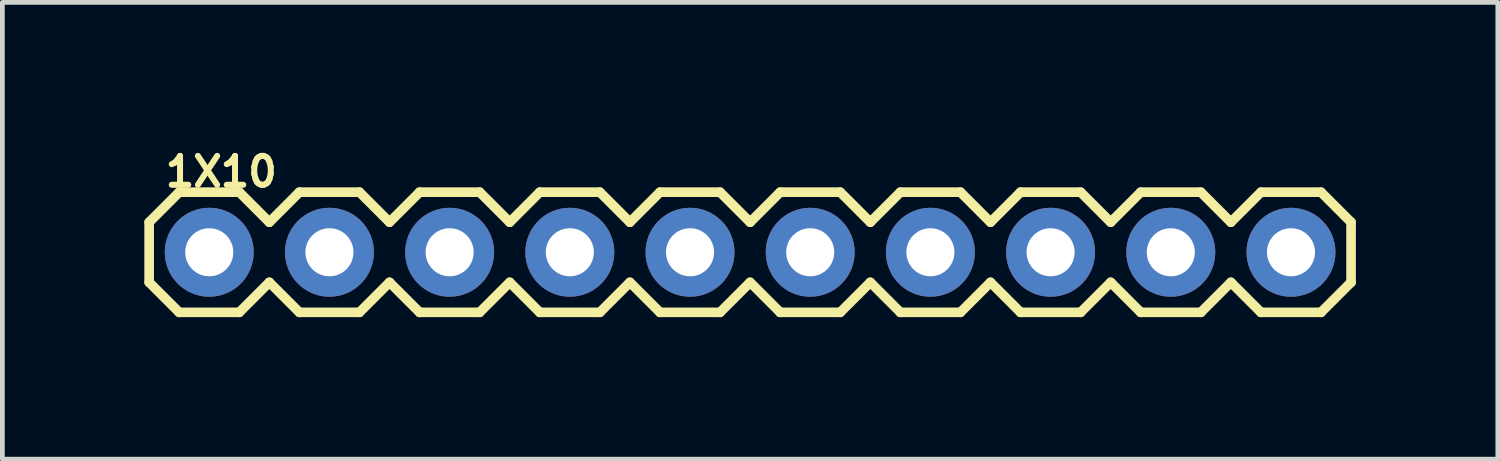
<source format=kicad_pcb>
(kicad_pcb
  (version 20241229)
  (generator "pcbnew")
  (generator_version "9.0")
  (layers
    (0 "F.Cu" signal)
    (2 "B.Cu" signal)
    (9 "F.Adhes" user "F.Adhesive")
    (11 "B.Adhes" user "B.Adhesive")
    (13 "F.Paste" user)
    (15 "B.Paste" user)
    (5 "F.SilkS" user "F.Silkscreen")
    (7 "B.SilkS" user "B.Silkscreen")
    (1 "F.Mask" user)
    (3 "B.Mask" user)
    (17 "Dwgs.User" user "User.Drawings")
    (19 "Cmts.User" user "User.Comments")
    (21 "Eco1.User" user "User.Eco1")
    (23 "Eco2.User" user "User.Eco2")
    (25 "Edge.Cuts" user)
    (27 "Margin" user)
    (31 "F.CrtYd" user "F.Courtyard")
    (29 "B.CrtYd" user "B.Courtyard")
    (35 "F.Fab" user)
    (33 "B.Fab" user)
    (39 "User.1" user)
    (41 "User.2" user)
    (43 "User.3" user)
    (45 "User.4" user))
  (footprint "1X10"
    (layer "F.Cu")
    (at 1.372 2.281)
    (property "Reference" "1X10" (at 0.254 -1.702 0) (layer "F.SilkS") (effects (font (size 0.61 0.61) (thickness 0.127))))
    (attr exclude_from_pos_files exclude_from_bom)
    (fp_line (start -1.27 -0.635) (end -1.27 0.635) (stroke (width 0.203) (type solid)) (layer "F.SilkS"))
    (fp_line (start -1.27 0.635) (end -0.635 1.27) (stroke (width 0.203) (type solid)) (layer "F.SilkS"))
    (fp_line (start -0.635 -1.27) (end -1.27 -0.635) (stroke (width 0.203) (type solid)) (layer "F.SilkS"))
    (fp_line (start -0.635 -1.27) (end 0.635 -1.27) (stroke (width 0.203) (type solid)) (layer "F.SilkS"))
    (fp_line (start 0.635 -1.27) (end 1.27 -0.635) (stroke (width 0.203) (type solid)) (layer "F.SilkS"))
    (fp_line (start 0.635 1.27) (end -0.635 1.27) (stroke (width 0.203) (type solid)) (layer "F.SilkS"))
    (fp_line (start 1.27 -0.635) (end 1.905 -1.27) (stroke (width 0.203) (type solid)) (layer "F.SilkS"))
    (fp_line (start 1.27 0.635) (end 0.635 1.27) (stroke (width 0.203) (type solid)) (layer "F.SilkS"))
    (fp_line (start 1.905 -1.27) (end 3.175 -1.27) (stroke (width 0.203) (type solid)) (layer "F.SilkS"))
    (fp_line (start 1.905 1.27) (end 1.27 0.635) (stroke (width 0.203) (type solid)) (layer "F.SilkS"))
    (fp_line (start 3.175 -1.27) (end 3.81 -0.635) (stroke (width 0.203) (type solid)) (layer "F.SilkS"))
    (fp_line (start 3.175 1.27) (end 1.905 1.27) (stroke (width 0.203) (type solid)) (layer "F.SilkS"))
    (fp_line (start 3.81 -0.635) (end 4.445 -1.27) (stroke (width 0.203) (type solid)) (layer "F.SilkS"))
    (fp_line (start 3.81 0.635) (end 3.175 1.27) (stroke (width 0.203) (type solid)) (layer "F.SilkS"))
    (fp_line (start 4.445 -1.27) (end 5.715 -1.27) (stroke (width 0.203) (type solid)) (layer "F.SilkS"))
    (fp_line (start 4.445 1.27) (end 3.81 0.635) (stroke (width 0.203) (type solid)) (layer "F.SilkS"))
    (fp_line (start 5.715 -1.27) (end 6.35 -0.635) (stroke (width 0.203) (type solid)) (layer "F.SilkS"))
    (fp_line (start 5.715 1.27) (end 4.445 1.27) (stroke (width 0.203) (type solid)) (layer "F.SilkS"))
    (fp_line (start 6.35 0.635) (end 5.715 1.27) (stroke (width 0.203) (type solid)) (layer "F.SilkS"))
    (fp_line (start 6.35 0.635) (end 6.985 1.27) (stroke (width 0.203) (type solid)) (layer "F.SilkS"))
    (fp_line (start 6.985 -1.27) (end 6.35 -0.635) (stroke (width 0.203) (type solid)) (layer "F.SilkS"))
    (fp_line (start 6.985 -1.27) (end 8.255 -1.27) (stroke (width 0.203) (type solid)) (layer "F.SilkS"))
    (fp_line (start 8.255 -1.27) (end 8.89 -0.635) (stroke (width 0.203) (type solid)) (layer "F.SilkS"))
    (fp_line (start 8.255 1.27) (end 6.985 1.27) (stroke (width 0.203) (type solid)) (layer "F.SilkS"))
    (fp_line (start 8.89 -0.635) (end 9.525 -1.27) (stroke (width 0.203) (type solid)) (layer "F.SilkS"))
    (fp_line (start 8.89 0.635) (end 8.255 1.27) (stroke (width 0.203) (type solid)) (layer "F.SilkS"))
    (fp_line (start 9.525 -1.27) (end 10.795 -1.27) (stroke (width 0.203) (type solid)) (layer "F.SilkS"))
    (fp_line (start 9.525 1.27) (end 8.89 0.635) (stroke (width 0.203) (type solid)) (layer "F.SilkS"))
    (fp_line (start 10.795 -1.27) (end 11.43 -0.635) (stroke (width 0.203) (type solid)) (layer "F.SilkS"))
    (fp_line (start 10.795 1.27) (end 9.525 1.27) (stroke (width 0.203) (type solid)) (layer "F.SilkS"))
    (fp_line (start 11.43 -0.635) (end 12.065 -1.27) (stroke (width 0.203) (type solid)) (layer "F.SilkS"))
    (fp_line (start 11.43 0.635) (end 10.795 1.27) (stroke (width 0.203) (type solid)) (layer "F.SilkS"))
    (fp_line (start 12.065 -1.27) (end 13.335 -1.27) (stroke (width 0.203) (type solid)) (layer "F.SilkS"))
    (fp_line (start 12.065 1.27) (end 11.43 0.635) (stroke (width 0.203) (type solid)) (layer "F.SilkS"))
    (fp_line (start 13.335 -1.27) (end 13.97 -0.635) (stroke (width 0.203) (type solid)) (layer "F.SilkS"))
    (fp_line (start 13.335 1.27) (end 12.065 1.27) (stroke (width 0.203) (type solid)) (layer "F.SilkS"))
    (fp_line (start 13.97 0.635) (end 13.335 1.27) (stroke (width 0.203) (type solid)) (layer "F.SilkS"))
    (fp_line (start 13.97 0.635) (end 14.605 1.27) (stroke (width 0.203) (type solid)) (layer "F.SilkS"))
    (fp_line (start 14.605 -1.27) (end 13.97 -0.635) (stroke (width 0.203) (type solid)) (layer "F.SilkS"))
    (fp_line (start 14.605 -1.27) (end 15.875 -1.27) (stroke (width 0.203) (type solid)) (layer "F.SilkS"))
    (fp_line (start 15.875 -1.27) (end 16.51 -0.635) (stroke (width 0.203) (type solid)) (layer "F.SilkS"))
    (fp_line (start 15.875 1.27) (end 14.605 1.27) (stroke (width 0.203) (type solid)) (layer "F.SilkS"))
    (fp_line (start 16.51 0.635) (end 15.875 1.27) (stroke (width 0.203) (type solid)) (layer "F.SilkS"))
    (fp_line (start 16.51 0.635) (end 17.145 1.27) (stroke (width 0.203) (type solid)) (layer "F.SilkS"))
    (fp_line (start 17.145 -1.27) (end 16.51 -0.635) (stroke (width 0.203) (type solid)) (layer "F.SilkS"))
    (fp_line (start 17.145 -1.27) (end 18.415 -1.27) (stroke (width 0.203) (type solid)) (layer "F.SilkS"))
    (fp_line (start 18.415 -1.27) (end 19.05 -0.635) (stroke (width 0.203) (type solid)) (layer "F.SilkS"))
    (fp_line (start 18.415 1.27) (end 17.145 1.27) (stroke (width 0.203) (type solid)) (layer "F.SilkS"))
    (fp_line (start 19.05 0.635) (end 18.415 1.27) (stroke (width 0.203) (type solid)) (layer "F.SilkS"))
    (fp_line (start 19.05 0.635) (end 19.685 1.27) (stroke (width 0.203) (type solid)) (layer "F.SilkS"))
    (fp_line (start 19.685 -1.27) (end 19.05 -0.635) (stroke (width 0.203) (type solid)) (layer "F.SilkS"))
    (fp_line (start 19.685 -1.27) (end 20.955 -1.27) (stroke (width 0.203) (type solid)) (layer "F.SilkS"))
    (fp_line (start 20.955 -1.27) (end 21.59 -0.635) (stroke (width 0.203) (type solid)) (layer "F.SilkS"))
    (fp_line (start 20.955 1.27) (end 19.685 1.27) (stroke (width 0.203) (type solid)) (layer "F.SilkS"))
    (fp_line (start 21.59 0.635) (end 20.955 1.27) (stroke (width 0.203) (type solid)) (layer "F.SilkS"))
    (fp_line (start 21.59 0.635) (end 22.225 1.27) (stroke (width 0.203) (type solid)) (layer "F.SilkS"))
    (fp_line (start 22.225 -1.27) (end 21.59 -0.635) (stroke (width 0.203) (type solid)) (layer "F.SilkS"))
    (fp_line (start 22.225 -1.27) (end 23.495 -1.27) (stroke (width 0.203) (type solid)) (layer "F.SilkS"))
    (fp_line (start 23.495 -1.27) (end 24.13 -0.635) (stroke (width 0.203) (type solid)) (layer "F.SilkS"))
    (fp_line (start 23.495 1.27) (end 22.225 1.27) (stroke (width 0.203) (type solid)) (layer "F.SilkS"))
    (fp_line (start 24.13 -0.635) (end 24.13 0.635) (stroke (width 0.203) (type solid)) (layer "F.SilkS"))
    (fp_line (start 24.13 0.635) (end 23.495 1.27) (stroke (width 0.203) (type solid)) (layer "F.SilkS"))
    (fp_line (start -0.254 -0.254) (end 0.254 -0.254) (stroke (width 0.066) (type solid)) (layer "Dwgs.User"))
    (fp_line (start -0.254 0.254) (end -0.254 -0.254) (stroke (width 0.066) (type solid)) (layer "Dwgs.User"))
    (fp_line (start -0.254 0.254) (end 0.254 0.254) (stroke (width 0.066) (type solid)) (layer "Dwgs.User"))
    (fp_line (start 0.254 0.254) (end 0.254 -0.254) (stroke (width 0.066) (type solid)) (layer "Dwgs.User"))
    (fp_line (start 2.286 -0.254) (end 2.794 -0.254) (stroke (width 0.066) (type solid)) (layer "Dwgs.User"))
    (fp_line (start 2.286 0.254) (end 2.286 -0.254) (stroke (width 0.066) (type solid)) (layer "Dwgs.User"))
    (fp_line (start 2.286 0.254) (end 2.794 0.254) (stroke (width 0.066) (type solid)) (layer "Dwgs.User"))
    (fp_line (start 2.794 0.254) (end 2.794 -0.254) (stroke (width 0.066) (type solid)) (layer "Dwgs.User"))
    (fp_line (start 4.826 -0.254) (end 5.334 -0.254) (stroke (width 0.066) (type solid)) (layer "Dwgs.User"))
    (fp_line (start 4.826 0.254) (end 4.826 -0.254) (stroke (width 0.066) (type solid)) (layer "Dwgs.User"))
    (fp_line (start 4.826 0.254) (end 5.334 0.254) (stroke (width 0.066) (type solid)) (layer "Dwgs.User"))
    (fp_line (start 5.334 0.254) (end 5.334 -0.254) (stroke (width 0.066) (type solid)) (layer "Dwgs.User"))
    (fp_line (start 7.366 -0.254) (end 7.874 -0.254) (stroke (width 0.066) (type solid)) (layer "Dwgs.User"))
    (fp_line (start 7.366 0.254) (end 7.366 -0.254) (stroke (width 0.066) (type solid)) (layer "Dwgs.User"))
    (fp_line (start 7.366 0.254) (end 7.874 0.254) (stroke (width 0.066) (type solid)) (layer "Dwgs.User"))
    (fp_line (start 7.874 0.254) (end 7.874 -0.254) (stroke (width 0.066) (type solid)) (layer "Dwgs.User"))
    (fp_line (start 9.906 -0.254) (end 10.414 -0.254) (stroke (width 0.066) (type solid)) (layer "Dwgs.User"))
    (fp_line (start 9.906 0.254) (end 9.906 -0.254) (stroke (width 0.066) (type solid)) (layer "Dwgs.User"))
    (fp_line (start 9.906 0.254) (end 10.414 0.254) (stroke (width 0.066) (type solid)) (layer "Dwgs.User"))
    (fp_line (start 10.414 0.254) (end 10.414 -0.254) (stroke (width 0.066) (type solid)) (layer "Dwgs.User"))
    (fp_line (start 12.446 -0.254) (end 12.954 -0.254) (stroke (width 0.066) (type solid)) (layer "Dwgs.User"))
    (fp_line (start 12.446 0.254) (end 12.446 -0.254) (stroke (width 0.066) (type solid)) (layer "Dwgs.User"))
    (fp_line (start 12.446 0.254) (end 12.954 0.254) (stroke (width 0.066) (type solid)) (layer "Dwgs.User"))
    (fp_line (start 12.954 0.254) (end 12.954 -0.254) (stroke (width 0.066) (type solid)) (layer "Dwgs.User"))
    (fp_line (start 14.986 -0.254) (end 15.494 -0.254) (stroke (width 0.066) (type solid)) (layer "Dwgs.User"))
    (fp_line (start 14.986 0.254) (end 14.986 -0.254) (stroke (width 0.066) (type solid)) (layer "Dwgs.User"))
    (fp_line (start 14.986 0.254) (end 15.494 0.254) (stroke (width 0.066) (type solid)) (layer "Dwgs.User"))
    (fp_line (start 15.494 0.254) (end 15.494 -0.254) (stroke (width 0.066) (type solid)) (layer "Dwgs.User"))
    (fp_line (start 17.523 -0.254) (end 18.034 -0.254) (stroke (width 0.066) (type solid)) (layer "Dwgs.User"))
    (fp_line (start 17.523 0.254) (end 17.523 -0.254) (stroke (width 0.066) (type solid)) (layer "Dwgs.User"))
    (fp_line (start 17.523 0.254) (end 18.034 0.254) (stroke (width 0.066) (type solid)) (layer "Dwgs.User"))
    (fp_line (start 18.034 0.254) (end 18.034 -0.254) (stroke (width 0.066) (type solid)) (layer "Dwgs.User"))
    (fp_line (start 20.066 -0.254) (end 20.574 -0.254) (stroke (width 0.066) (type solid)) (layer "Dwgs.User"))
    (fp_line (start 20.066 0.254) (end 20.066 -0.254) (stroke (width 0.066) (type solid)) (layer "Dwgs.User"))
    (fp_line (start 20.066 0.254) (end 20.574 0.254) (stroke (width 0.066) (type solid)) (layer "Dwgs.User"))
    (fp_line (start 20.574 0.254) (end 20.574 -0.254) (stroke (width 0.066) (type solid)) (layer "Dwgs.User"))
    (fp_line (start 22.606 -0.254) (end 23.114 -0.254) (stroke (width 0.066) (type solid)) (layer "Dwgs.User"))
    (fp_line (start 22.606 0.254) (end 22.606 -0.254) (stroke (width 0.066) (type solid)) (layer "Dwgs.User"))
    (fp_line (start 22.606 0.254) (end 23.114 0.254) (stroke (width 0.066) (type solid)) (layer "Dwgs.User"))
    (fp_line (start 23.114 0.254) (end 23.114 -0.254) (stroke (width 0.066) (type solid)) (layer "Dwgs.User"))
    (pad "1" thru_hole circle (at 0 0) (size 1.88 1.88) (drill 1.016) (layers "*.Cu" "*.Paste" "*.Mask"))
    (pad "2" thru_hole circle (at 2.54 0) (size 1.88 1.88) (drill 1.016) (layers "*.Cu" "*.Paste" "*.Mask"))
    (pad "3" thru_hole circle (at 5.08 0) (size 1.88 1.88) (drill 1.016) (layers "*.Cu" "*.Paste" "*.Mask"))
    (pad "4" thru_hole circle (at 7.62 0) (size 1.88 1.88) (drill 1.016) (layers "*.Cu" "*.Paste" "*.Mask"))
    (pad "5" thru_hole circle (at 10.16 0) (size 1.88 1.88) (drill 1.016) (layers "*.Cu" "*.Paste" "*.Mask"))
    (pad "6" thru_hole circle (at 12.7 0) (size 1.88 1.88) (drill 1.016) (layers "*.Cu" "*.Paste" "*.Mask"))
    (pad "7" thru_hole circle (at 15.24 0) (size 1.88 1.88) (drill 1.016) (layers "*.Cu" "*.Paste" "*.Mask"))
    (pad "8" thru_hole circle (at 17.78 0) (size 1.88 1.88) (drill 1.016) (layers "*.Cu" "*.Paste" "*.Mask"))
    (pad "9" thru_hole circle (at 20.32 0) (size 1.88 1.88) (drill 1.016) (layers "*.Cu" "*.Paste" "*.Mask"))
    (pad "10" thru_hole circle (at 22.86 0) (size 1.88 1.88) (drill 1.016) (layers "*.Cu" "*.Paste" "*.Mask")))
  (gr_rect
    (start -3 -3)
    (end 28.603 6.653)
    (stroke (width 0.1) (type default))
    (fill no)
    (layer "Edge.Cuts")))
</source>
